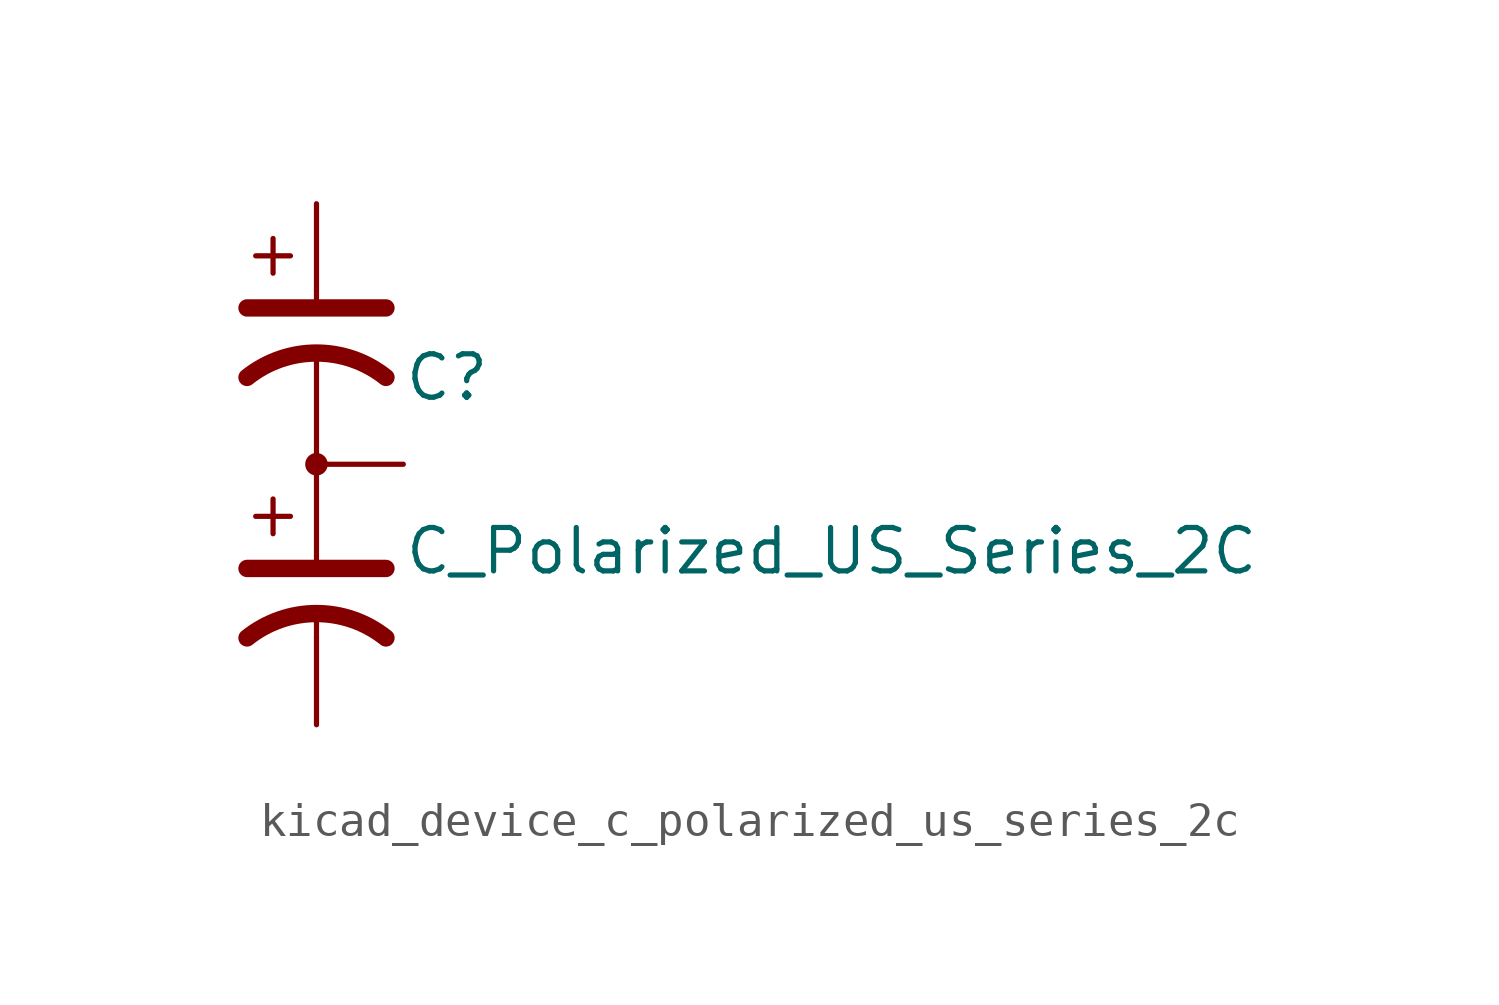
<source format=kicad_sym>
(kicad_symbol_lib
  (version 20220914)
  (generator kicad_symbol_editor)
  (symbol "kicad_device_c_polarized_us_series_2c"
    (pin_numbers hide)
    (pin_names hide)
    (property "Reference" "C"
      (at 2.54 2.54 0)
      (effects (font (size 1.27 1.27)) (justify left)))
    (property "Value" "C_Polarized_US_Series_2C"
      (at 2.54 -2.54 0)
      (effects (font (size 1.27 1.27)) (justify left)))
    (symbol "kicad_device_c_polarized_us_series_2c_0_1"
      (polyline (pts (xy -2.032 -3.048) (xy 2.032 -3.048)) (stroke (width 0.508) (type default)) (fill (type none)))
      (polyline (pts (xy -2.032 4.572) (xy 2.032 4.572)) (stroke (width 0.508) (type default)) (fill (type none)))
      (polyline (pts (xy -1.778 -1.524) (xy -0.762 -1.524)) (stroke (width 0) (type default)) (fill (type none)))
      (polyline (pts (xy -1.778 6.096) (xy -0.762 6.096)) (stroke (width 0) (type default)) (fill (type none)))
      (polyline (pts (xy -1.27 -2.032) (xy -1.27 -1.016)) (stroke (width 0) (type default)) (fill (type none)))
      (polyline (pts (xy -1.27 5.588) (xy -1.27 6.604)) (stroke (width 0) (type default)) (fill (type none)))
      (polyline (pts (xy 0 -5.08) (xy 0 -4.572)) (stroke (width 0.152) (type default)) (fill (type none)))
      (polyline (pts (xy 0 -2.794) (xy 0 3.048)) (stroke (width 0.152) (type default)) (fill (type none)))
      (polyline (pts (xy 0 5.08) (xy 0 4.826)) (stroke (width 0.152) (type default)) (fill (type none)))
      (circle (center 0 0) (radius 0.254) (stroke (width 0) (type default)) (fill (type outline)))
      (arc (start 2.032 -5.08) (mid 0 -4.3672) (end -2.032 -5.08) (stroke (width 0.508) (type default)) (fill (type none)))
      (arc (start 2.032 2.54) (mid 0 3.2528) (end -2.032 2.54) (stroke (width 0.508) (type default)) (fill (type none))))
    (symbol "kicad_device_c_polarized_us_series_2c_1_1"
      (pin passive line (at 0 7.62 270) (length 2.54) (name "~" (effects (font (size 1.27 1.27)))) (number "1" (effects (font (size 1.27 1.27)))))
      (pin passive line (at 2.54 0 180) (length 2.54) (name "~" (effects (font (size 1.27 1.27)))) (number "2" (effects (font (size 1.27 1.27)))))
      (pin passive line (at 0 -7.62 90) (length 2.54) (name "~" (effects (font (size 1.27 1.27)))) (number "3" (effects (font (size 1.27 1.27))))))))
</source>
